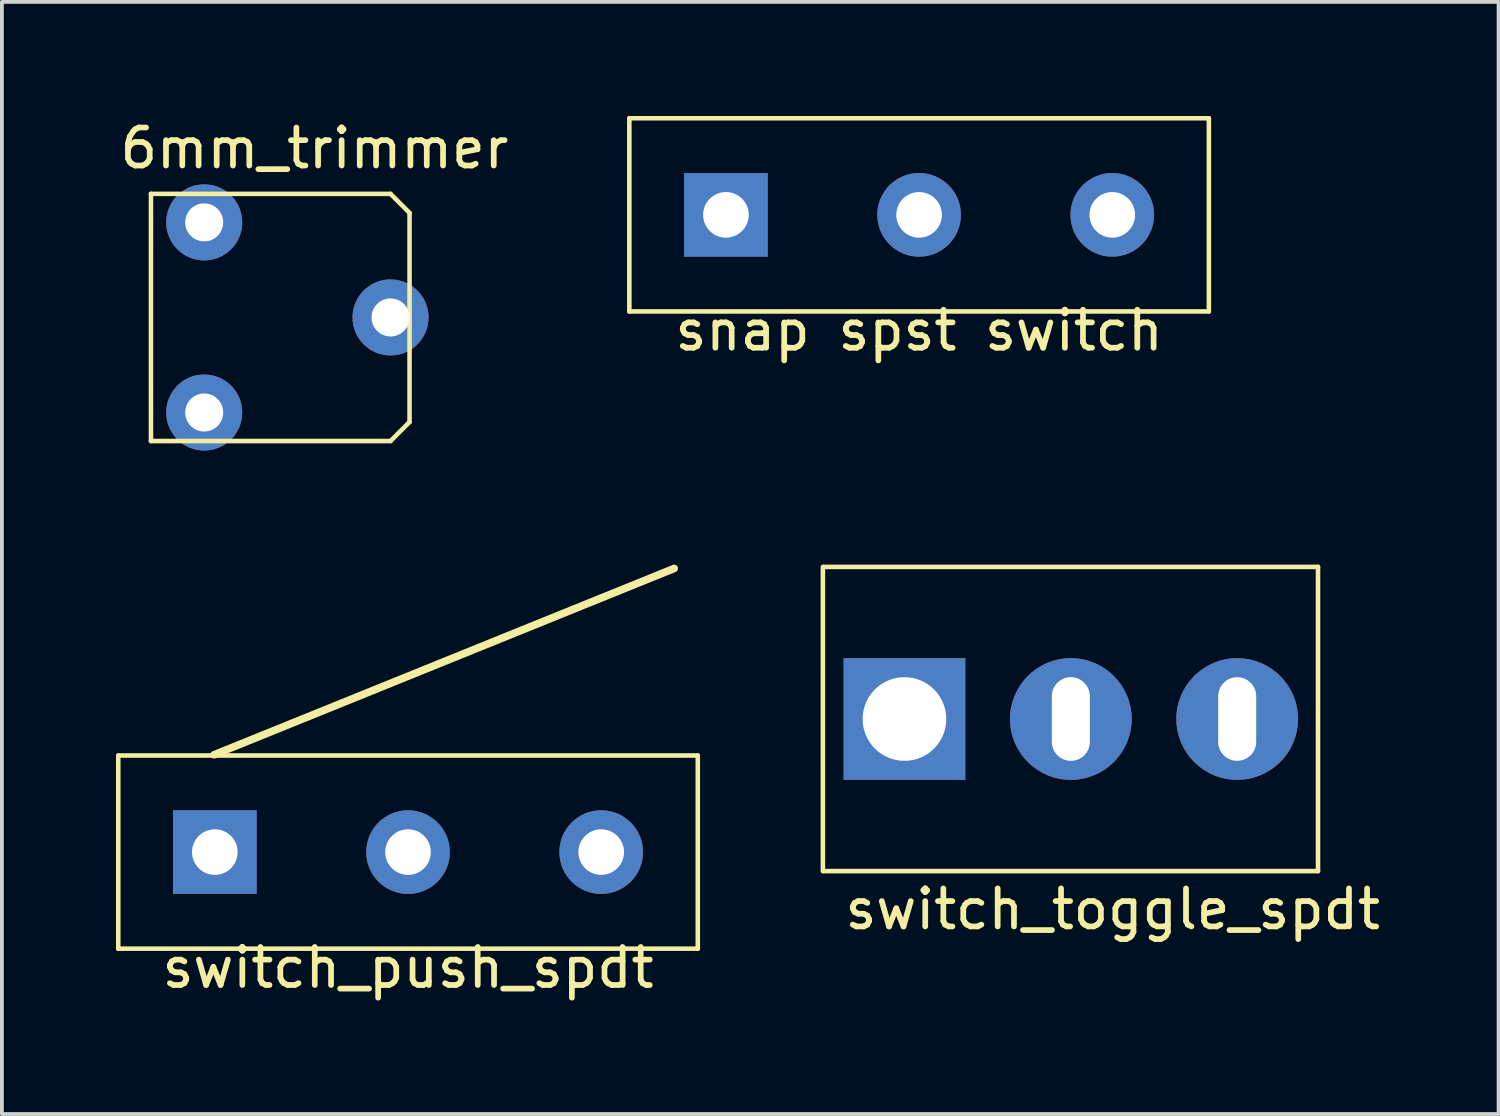
<source format=kicad_pcb>
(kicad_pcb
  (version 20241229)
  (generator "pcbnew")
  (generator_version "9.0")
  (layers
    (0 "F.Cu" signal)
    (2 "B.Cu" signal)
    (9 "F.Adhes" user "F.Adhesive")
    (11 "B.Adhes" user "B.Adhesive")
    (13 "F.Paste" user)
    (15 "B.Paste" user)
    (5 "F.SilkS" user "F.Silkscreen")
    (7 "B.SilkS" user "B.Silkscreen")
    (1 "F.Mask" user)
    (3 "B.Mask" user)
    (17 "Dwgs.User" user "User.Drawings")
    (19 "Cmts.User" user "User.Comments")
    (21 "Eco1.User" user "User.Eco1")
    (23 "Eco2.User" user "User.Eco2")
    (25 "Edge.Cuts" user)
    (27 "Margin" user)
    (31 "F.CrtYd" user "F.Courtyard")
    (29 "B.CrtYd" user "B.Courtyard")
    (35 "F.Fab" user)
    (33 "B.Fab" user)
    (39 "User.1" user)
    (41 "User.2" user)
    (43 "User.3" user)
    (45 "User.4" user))
  (footprint "6mm_trimmer"
    (layer "F.Cu")
    (at 0.92 2.048)
    (property "Reference" "6mm_trimmer" (at 4.3 -1.2 0) (layer "F.SilkS") (effects (font (size 1 1) (thickness 0.15))))
    (attr through_hole)
    (fp_line (start 0 0) (end 6.3 0) (stroke (width 0.12) (type solid)) (layer "F.SilkS"))
    (fp_line (start 0 6.5) (end 0 0) (stroke (width 0.12) (type solid)) (layer "F.SilkS"))
    (fp_line (start 6.3 0) (end 6.8 0.5) (stroke (width 0.12) (type solid)) (layer "F.SilkS"))
    (fp_line (start 6.3 6.5) (end 0 6.5) (stroke (width 0.12) (type solid)) (layer "F.SilkS"))
    (fp_line (start 6.8 0.5) (end 6.8 6) (stroke (width 0.12) (type solid)) (layer "F.SilkS"))
    (fp_line (start 6.8 6) (end 6.3 6.5) (stroke (width 0.12) (type solid)) (layer "F.SilkS"))
    (pad "1" thru_hole circle (at 1.4 0.75) (size 2 2) (drill 1) (layers "*.Cu" "*.Mask"))
    (pad "2" thru_hole circle (at 6.3 3.25) (size 2 2) (drill 1) (layers "*.Cu" "*.Mask"))
    (pad "3" thru_hole circle (at 1.4 5.75) (size 2 2) (drill 1) (layers "*.Cu" "*.Mask")))
  (footprint "switch_push_spdt"
    (layer "F.Cu")
    (at 7.68 21.898)
    (property "Reference" "switch_push_spdt" (at 0 0.5 0) (layer "F.SilkS") (effects (font (size 1 1) (thickness 0.15))))
    (attr through_hole)
    (fp_line (start -7.62 -5.08) (end -7.62 0) (stroke (width 0.12) (type solid)) (layer "F.SilkS"))
    (fp_line (start -7.62 0) (end 7.62 0) (stroke (width 0.12) (type solid)) (layer "F.SilkS"))
    (fp_line (start -5.1 -5.1) (end 7 -10) (stroke (width 0.2) (type solid)) (layer "F.SilkS"))
    (fp_line (start 7.62 -5.08) (end -7.62 -5.08) (stroke (width 0.12) (type solid)) (layer "F.SilkS"))
    (fp_line (start 7.62 0) (end 7.62 -5.08) (stroke (width 0.12) (type solid)) (layer "F.SilkS"))
    (pad "1" thru_hole circle (at 5.08 -2.54) (size 2.2 2.2) (drill 1.2) (layers "*.Cu" "*.Mask"))
    (pad "2" thru_hole rect (at -5.08 -2.54) (size 2.2 2.2) (drill 1.2) (layers "*.Cu" "*.Mask"))
    (pad "3" thru_hole circle (at 0 -2.54) (size 2.2 2.2) (drill 1.2) (layers "*.Cu" "*.Mask")))
  (footprint "snap spst switch"
    (layer "F.Cu")
    (at 21.12 5.14)
    (property "Reference" "snap spst switch" (at 0 0.5 0) (layer "F.SilkS") (effects (font (size 1 1) (thickness 0.15))))
    (attr through_hole)
    (fp_line (start -7.62 -5.08) (end -7.62 0) (stroke (width 0.12) (type solid)) (layer "F.SilkS"))
    (fp_line (start -7.62 0) (end 7.62 0) (stroke (width 0.12) (type solid)) (layer "F.SilkS"))
    (fp_line (start 7.62 -5.08) (end -7.62 -5.08) (stroke (width 0.12) (type solid)) (layer "F.SilkS"))
    (fp_line (start 7.62 0) (end 7.62 -5.08) (stroke (width 0.12) (type solid)) (layer "F.SilkS"))
    (pad "1" thru_hole rect (at -5.08 -2.54) (size 2.2 2.2) (drill 1.2) (layers "*.Cu" "*.Mask"))
    (pad "2" thru_hole circle (at 0 -2.54) (size 2.2 2.2) (drill 1.2) (layers "*.Cu" "*.Mask"))
    (pad "3" thru_hole circle (at 5.08 -2.54) (size 2.2 2.2) (drill 1.2) (layers "*.Cu" "*.Mask")))
  (footprint "switch_toggle_spdt"
    (layer "F.Cu")
    (at 18.61 19.858)
    (property "Reference" "switch_toggle_spdt" (at 7.6 1 0) (layer "F.SilkS") (effects (font (size 1 1) (thickness 0.15))))
    (attr through_hole)
    (fp_line (start -0.02 -8) (end -0.02 0) (stroke (width 0.12) (type solid)) (layer "F.SilkS"))
    (fp_line (start 0 -8) (end 13 -8) (stroke (width 0.12) (type solid)) (layer "F.SilkS"))
    (fp_line (start 0 0) (end 13 0) (stroke (width 0.12) (type solid)) (layer "F.SilkS"))
    (fp_line (start 13 0) (end 13 -8) (stroke (width 0.12) (type solid)) (layer "F.SilkS"))
    (pad "1" thru_hole rect (at 2.125 -4) (size 3.2 3.2) (drill 2.2) (layers "*.Cu" "*.Mask"))
    (pad "2" thru_hole circle (at 6.5 -4) (size 3.2 3.2) (drill oval 1 2.2) (layers "*.Cu" "*.Mask"))
    (pad "3" thru_hole circle (at 10.875 -4) (size 3.2 3.2) (drill oval 1 2.2) (layers "*.Cu" "*.Mask")))
  (gr_rect
    (start -3 -3)
    (end 36.359 26.247)
    (stroke (width 0.1) (type default))
    (fill no)
    (layer "Edge.Cuts")))
</source>
